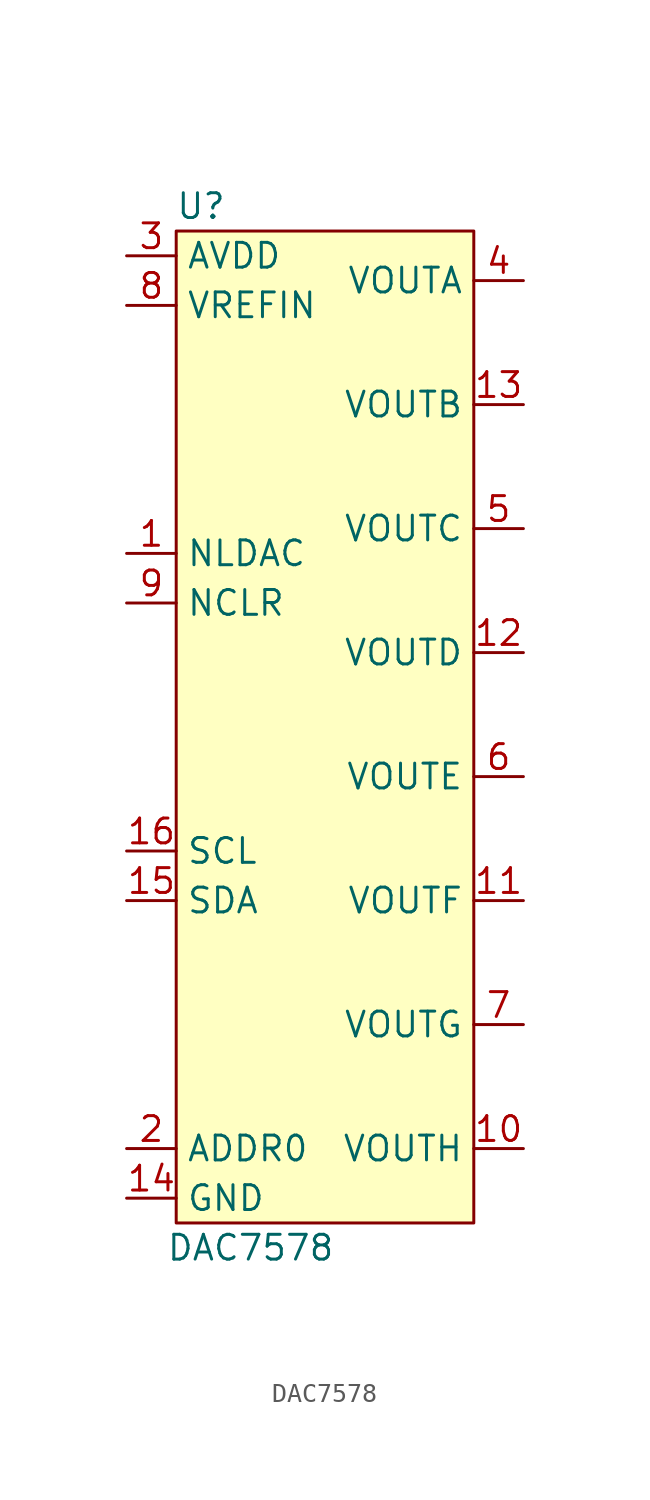
<source format=kicad_sym>
(kicad_symbol_lib
  (version 20211014)
  (generator kicad_symbol_editor)
  (symbol "DAC7578"
    (property "Reference" "U"
      (at -6.35 27.94 0)
      (effects (font (size 1.27 1.27))))
    (property "Value" "DAC7578"
      (at -3.81 -25.4 0)
      (effects (font (size 1.27 1.27))))
    (symbol "DAC7578_0_1"
      (rectangle (start -7.62 26.67) (end 7.62 -24.13) (stroke (width 0) (type default) (color 0 0 0 0)) (fill (type background))))
    (symbol "DAC7578_1_1"
      (pin passive line (at -10.16 10.16 0) (length 2.54) (name "NLDAC" (effects (font (size 1.27 1.27)))) (number "1" (effects (font (size 1.27 1.27)))))
      (pin passive line (at 10.16 -20.32 180) (length 2.54) (name "VOUTH" (effects (font (size 1.27 1.27)))) (number "10" (effects (font (size 1.27 1.27)))))
      (pin passive line (at 10.16 -7.62 180) (length 2.54) (name "VOUTF" (effects (font (size 1.27 1.27)))) (number "11" (effects (font (size 1.27 1.27)))))
      (pin passive line (at 10.16 5.08 180) (length 2.54) (name "VOUTD" (effects (font (size 1.27 1.27)))) (number "12" (effects (font (size 1.27 1.27)))))
      (pin passive line (at 10.16 17.78 180) (length 2.54) (name "VOUTB" (effects (font (size 1.27 1.27)))) (number "13" (effects (font (size 1.27 1.27)))))
      (pin passive line (at -10.16 -22.86 0) (length 2.54) (name "GND" (effects (font (size 1.27 1.27)))) (number "14" (effects (font (size 1.27 1.27)))))
      (pin passive line (at -10.16 -7.62 0) (length 2.54) (name "SDA" (effects (font (size 1.27 1.27)))) (number "15" (effects (font (size 1.27 1.27)))))
      (pin passive line (at -10.16 -5.08 0) (length 2.54) (name "SCL" (effects (font (size 1.27 1.27)))) (number "16" (effects (font (size 1.27 1.27)))))
      (pin passive line (at -10.16 -20.32 0) (length 2.54) (name "ADDR0" (effects (font (size 1.27 1.27)))) (number "2" (effects (font (size 1.27 1.27)))))
      (pin passive line (at -10.16 25.4 0) (length 2.54) (name "AVDD" (effects (font (size 1.27 1.27)))) (number "3" (effects (font (size 1.27 1.27)))))
      (pin passive line (at 10.16 24.13 180) (length 2.54) (name "VOUTA" (effects (font (size 1.27 1.27)))) (number "4" (effects (font (size 1.27 1.27)))))
      (pin passive line (at 10.16 11.43 180) (length 2.54) (name "VOUTC" (effects (font (size 1.27 1.27)))) (number "5" (effects (font (size 1.27 1.27)))))
      (pin passive line (at 10.16 -1.27 180) (length 2.54) (name "VOUTE" (effects (font (size 1.27 1.27)))) (number "6" (effects (font (size 1.27 1.27)))))
      (pin passive line (at 10.16 -13.97 180) (length 2.54) (name "VOUTG" (effects (font (size 1.27 1.27)))) (number "7" (effects (font (size 1.27 1.27)))))
      (pin passive line (at -10.16 22.86 0) (length 2.54) (name "VREFIN" (effects (font (size 1.27 1.27)))) (number "8" (effects (font (size 1.27 1.27)))))
      (pin passive line (at -10.16 7.62 0) (length 2.54) (name "NCLR" (effects (font (size 1.27 1.27)))) (number "9" (effects (font (size 1.27 1.27))))))))
</source>
